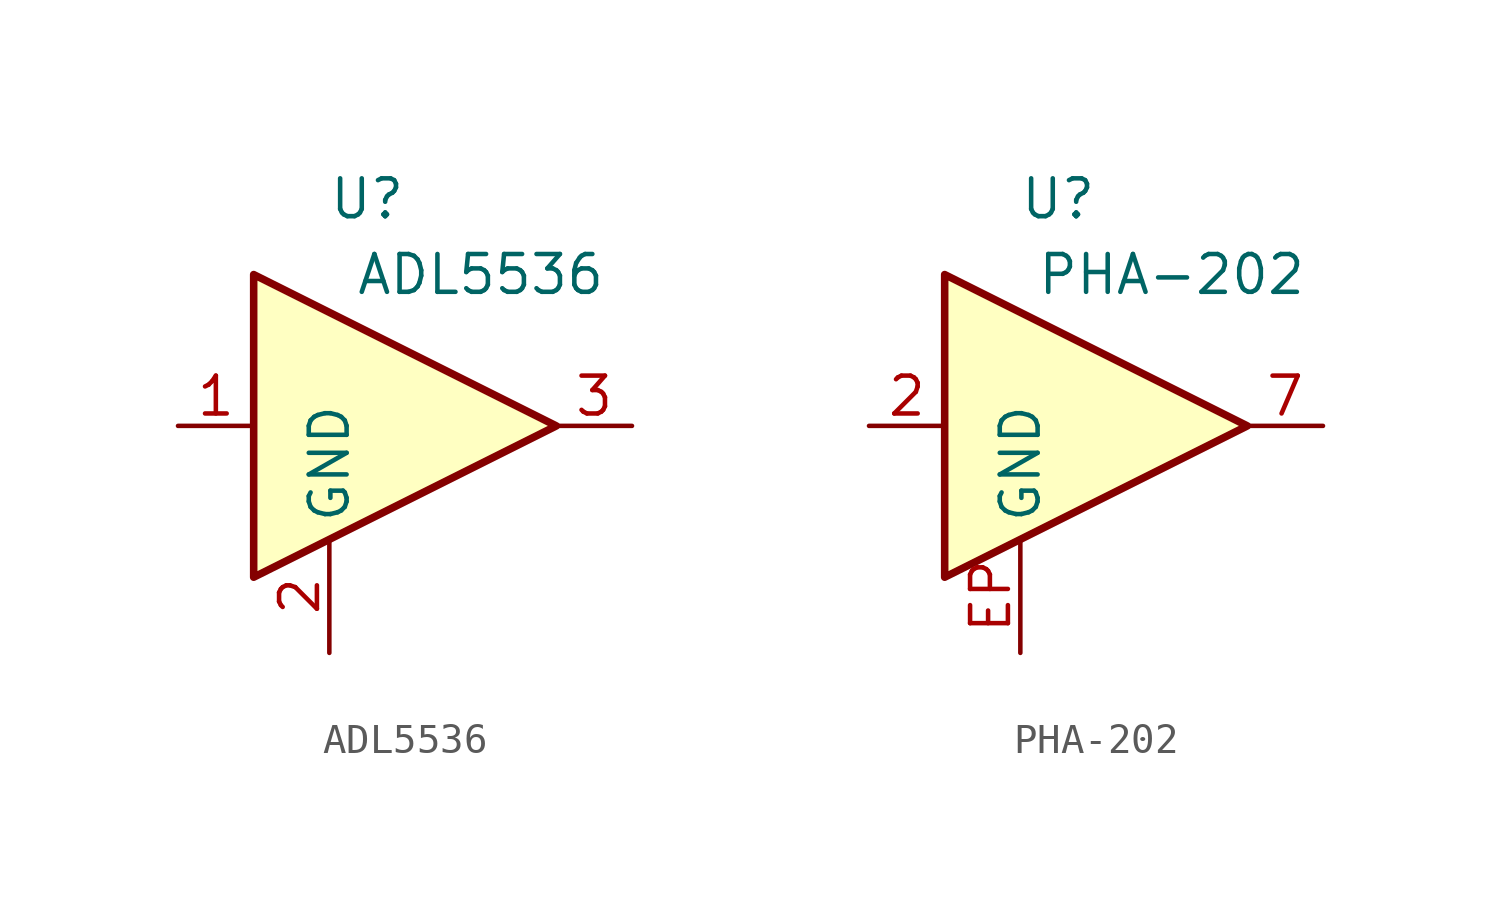
<source format=kicad_sym>
(kicad_symbol_lib
  (version 20220914)
  (generator kicad_symbol_editor)
  (symbol "ADL5536"
    (property "Reference" "U"
      (at -1.27 7.62 0)
      (effects (font (size 1.27 1.27))))
    (property "Value" "ADL5536"
      (at 2.54 5.08 0)
      (effects (font (size 1.27 1.27))))
    (property "Mouser" ""
      (at 0 0 0)
      (effects (font (size 1.27 1.27))))
    (symbol "ADL5536_0_1"
      (polyline (pts (xy 5.08 0) (xy -5.08 5.08) (xy -5.08 -5.08) (xy 5.08 0)) (stroke (width 0.254) (type default)) (fill (type background))))
    (symbol "ADL5536_1_1"
      (pin input line (at -7.62 0 0) (length 2.54) (name "~" (effects (font (size 1.27 1.27)))) (number "1" (effects (font (size 1.27 1.27)))))
      (pin power_in line (at -2.54 -7.62 90) (length 3.81) (name "GND" (effects (font (size 1.27 1.27)))) (number "2" (effects (font (size 1.27 1.27)))))
      (pin output line (at 7.62 0 180) (length 2.54) (name "~" (effects (font (size 1.27 1.27)))) (number "3" (effects (font (size 1.27 1.27)))))))
  (symbol "PHA-202"
    (property "Reference" "U"
      (at -1.27 7.62 0)
      (effects (font (size 1.27 1.27))))
    (property "Value" "PHA-202"
      (at 2.54 5.08 0)
      (effects (font (size 1.27 1.27))))
    (symbol "PHA-202_0_1"
      (polyline (pts (xy 5.08 0) (xy -5.08 5.08) (xy -5.08 -5.08) (xy 5.08 0)) (stroke (width 0.254) (type default)) (fill (type background))))
    (symbol "PHA-202_1_1"
      (pin input line (at -7.62 0 0) (length 2.54) (name "~" (effects (font (size 1.27 1.27)))) (number "2" (effects (font (size 1.27 1.27)))))
      (pin output line (at 7.62 0 180) (length 2.54) (name "~" (effects (font (size 1.27 1.27)))) (number "7" (effects (font (size 1.27 1.27)))))
      (pin power_in line (at -2.54 -7.62 90) (length 3.81) (name "GND" (effects (font (size 1.27 1.27)))) (number "EP" (effects (font (size 1.27 1.27))))))))
</source>
